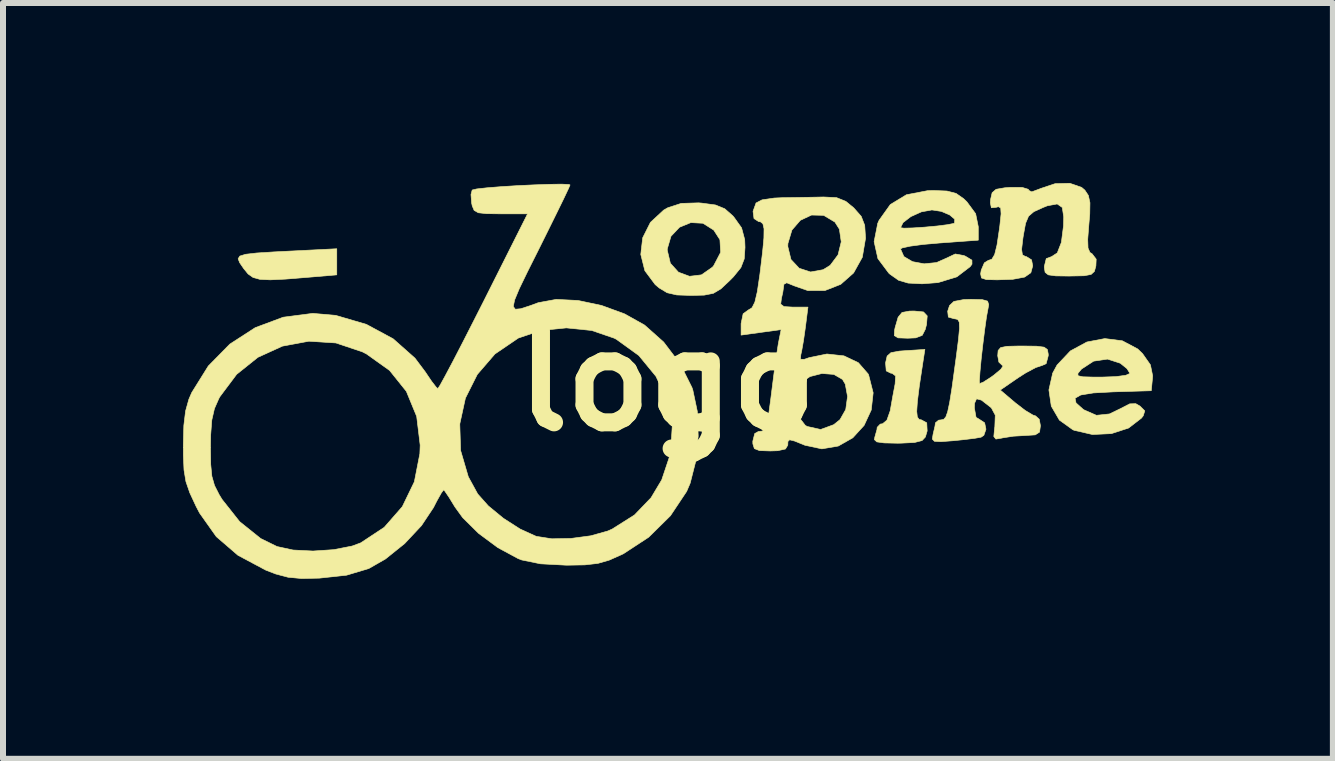
<source format=kicad_pcb>
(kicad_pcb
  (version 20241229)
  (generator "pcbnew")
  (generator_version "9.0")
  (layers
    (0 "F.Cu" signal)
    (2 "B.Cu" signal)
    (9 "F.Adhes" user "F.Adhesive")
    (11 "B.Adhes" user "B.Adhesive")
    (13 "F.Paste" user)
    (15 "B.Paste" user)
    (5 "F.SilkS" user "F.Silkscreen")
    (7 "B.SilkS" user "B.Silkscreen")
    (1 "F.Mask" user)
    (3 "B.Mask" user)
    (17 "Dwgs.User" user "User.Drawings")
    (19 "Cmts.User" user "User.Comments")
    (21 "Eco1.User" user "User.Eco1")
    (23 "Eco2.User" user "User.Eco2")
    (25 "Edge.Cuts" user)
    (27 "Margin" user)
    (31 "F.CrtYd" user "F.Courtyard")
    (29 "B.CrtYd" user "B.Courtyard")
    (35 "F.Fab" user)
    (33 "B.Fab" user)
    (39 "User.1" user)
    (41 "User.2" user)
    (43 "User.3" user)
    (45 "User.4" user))
  (footprint "logo"
    (layer "F.Cu")
    (at 8.071 3.3)
    (property "Reference" "logo" (at 0 0 0) (layer "F.SilkS") (effects (font (size 1.524 1.524) (thickness 0.3))))
    (attr through_hole)
    (fp_poly (pts (xy 4.271 -1.151) (xy 4.333 -1.085) (xy 4.321 -0.94) (xy 4.3 -0.859) (xy 4.25 -0.761) (xy 4.141 -0.719) (xy 4.009 -0.713) (xy 3.847 -0.719) (xy 3.784 -0.756) (xy 3.789 -0.848) (xy 3.798 -0.891) (xy 3.848 -1.063) (xy 3.913 -1.142) (xy 4.036 -1.165) (xy 4.118 -1.166) (xy 4.271 -1.151)) (stroke (width 0.01) (type solid)) (fill yes) (layer "F.SilkS"))
    (fp_poly (pts (xy -5.508 -1.769) (xy -6.003 -1.727) (xy -6.362 -1.698) (xy -6.616 -1.686) (xy -6.789 -1.694) (xy -6.904 -1.726) (xy -6.986 -1.784) (xy -7.058 -1.872) (xy -7.063 -1.879) (xy -7.126 -1.971) (xy -7.152 -2.037) (xy -7.124 -2.082) (xy -7.028 -2.112) (xy -6.846 -2.133) (xy -6.563 -2.151) (xy -6.269 -2.166) (xy -5.508 -2.204) (xy -5.508 -1.769)) (stroke (width 0.01) (type solid)) (fill yes) (layer "F.SilkS"))
    (fp_poly (pts (xy 4.256 -0.279) (xy 4.201 0.085) (xy 4.169 0.341) (xy 4.158 0.506) (xy 4.168 0.6) (xy 4.198 0.641) (xy 4.236 0.648) (xy 4.325 0.697) (xy 4.332 0.833) (xy 4.302 0.934) (xy 4.247 0.993) (xy 4.121 1.025) (xy 3.897 1.036) (xy 3.841 1.037) (xy 3.614 1.032) (xy 3.493 1.015) (xy 3.452 0.977) (xy 3.46 0.934) (xy 3.495 0.811) (xy 3.499 0.772) (xy 3.551 0.718) (xy 3.589 0.713) (xy 3.661 0.653) (xy 3.716 0.497) (xy 3.721 0.47) (xy 3.759 0.254) (xy 3.796 0.059) (xy 3.798 0.049) (xy 3.806 -0.084) (xy 3.747 -0.129) (xy 3.727 -0.13) (xy 3.65 -0.168) (xy 3.639 -0.298) (xy 3.64 -0.308) (xy 3.665 -0.416) (xy 3.728 -0.472) (xy 3.868 -0.498) (xy 3.978 -0.506) (xy 4.294 -0.526) (xy 4.256 -0.279)) (stroke (width 0.01) (type solid)) (fill yes) (layer "F.SilkS"))
    (fp_poly (pts (xy 0.572 -2.965) (xy 0.803 -2.934) (xy 0.958 -2.871) (xy 1.092 -2.753) (xy 1.112 -2.73) (xy 1.239 -2.552) (xy 1.291 -2.356) (xy 1.296 -2.227) (xy 1.283 -2.035) (xy 1.227 -1.89) (xy 1.104 -1.738) (xy 1.044 -1.677) (xy 0.894 -1.536) (xy 0.768 -1.461) (xy 0.615 -1.431) (xy 0.397 -1.426) (xy 0.159 -1.434) (xy -0.002 -1.471) (xy -0.133 -1.55) (xy -0.2 -1.606) (xy -0.373 -1.838) (xy -0.441 -2.109) (xy -0.433 -2.181) (xy 0 -2.181) (xy 0.052 -1.962) (xy 0.187 -1.813) (xy 0.371 -1.745) (xy 0.57 -1.769) (xy 0.752 -1.896) (xy 0.773 -1.92) (xy 0.89 -2.144) (xy 0.878 -2.355) (xy 0.775 -2.515) (xy 0.595 -2.629) (xy 0.393 -2.64) (xy 0.205 -2.563) (xy 0.062 -2.412) (xy 0.000472 -2.202) (xy 0 -2.181) (xy -0.433 -2.181) (xy -0.409 -2.387) (xy -0.28 -2.644) (xy -0.06 -2.848) (xy 0.008 -2.887) (xy 0.232 -2.96) (xy 0.523 -2.969) (xy 0.572 -2.965)) (stroke (width 0.01) (type solid)) (fill yes) (layer "F.SilkS"))
    (fp_poly (pts (xy 7.585 -0.67) (xy 7.841 -0.534) (xy 7.921 -0.457) (xy 8.053 -0.269) (xy 8.09 -0.087) (xy 8.087 -0.043) (xy 8.067 0.162) (xy 7.435 0.181) (xy 7.102 0.199) (xy 6.892 0.233) (xy 6.797 0.287) (xy 6.813 0.365) (xy 6.931 0.471) (xy 6.948 0.482) (xy 7.153 0.572) (xy 7.371 0.549) (xy 7.559 0.458) (xy 7.708 0.381) (xy 7.809 0.378) (xy 7.88 0.419) (xy 7.959 0.498) (xy 7.933 0.58) (xy 7.903 0.619) (xy 7.689 0.784) (xy 7.403 0.877) (xy 7.087 0.892) (xy 6.782 0.822) (xy 6.759 0.812) (xy 6.536 0.652) (xy 6.401 0.42) (xy 6.361 0.149) (xy 6.423 -0.126) (xy 6.844 -0.126) (xy 6.846 -0.088) (xy 6.925 -0.07) (xy 7.1 -0.065) (xy 7.247 -0.065) (xy 7.477 -0.073) (xy 7.641 -0.095) (xy 7.71 -0.125) (xy 7.711 -0.128) (xy 7.662 -0.206) (xy 7.551 -0.296) (xy 7.338 -0.365) (xy 7.107 -0.331) (xy 6.907 -0.201) (xy 6.897 -0.191) (xy 6.844 -0.126) (xy 6.423 -0.126) (xy 6.424 -0.131) (xy 6.497 -0.266) (xy 6.719 -0.501) (xy 6.994 -0.65) (xy 7.293 -0.707) (xy 7.585 -0.67)) (stroke (width 0.01) (type solid)) (fill yes) (layer "F.SilkS"))
    (fp_poly (pts (xy 4.662 -3.166) (xy 4.813 -3.127) (xy 4.938 -3.04) (xy 4.994 -2.986) (xy 5.14 -2.788) (xy 5.184 -2.571) (xy 5.184 -2.347) (xy 4.536 -2.3) (xy 4.264 -2.276) (xy 4.048 -2.247) (xy 3.916 -2.218) (xy 3.888 -2.201) (xy 3.944 -2.074) (xy 4.088 -1.989) (xy 4.282 -1.953) (xy 4.488 -1.974) (xy 4.657 -2.049) (xy 4.8 -2.117) (xy 4.943 -2.091) (xy 4.969 -2.08) (xy 5.078 -2.014) (xy 5.079 -1.947) (xy 5.049 -1.906) (xy 4.827 -1.736) (xy 4.513 -1.64) (xy 4.248 -1.62) (xy 4.015 -1.632) (xy 3.855 -1.679) (xy 3.712 -1.78) (xy 3.692 -1.798) (xy 3.511 -2.04) (xy 3.448 -2.323) (xy 3.494 -2.555) (xy 3.888 -2.555) (xy 3.945 -2.547) (xy 4.092 -2.551) (xy 4.288 -2.564) (xy 4.494 -2.583) (xy 4.669 -2.605) (xy 4.775 -2.626) (xy 4.788 -2.632) (xy 4.792 -2.696) (xy 4.707 -2.768) (xy 4.568 -2.827) (xy 4.411 -2.851) (xy 4.41 -2.851) (xy 4.235 -2.819) (xy 4.06 -2.74) (xy 3.93 -2.64) (xy 3.888 -2.555) (xy 3.494 -2.555) (xy 3.507 -2.625) (xy 3.531 -2.679) (xy 3.718 -2.941) (xy 3.986 -3.104) (xy 4.339 -3.172) (xy 4.435 -3.175) (xy 4.662 -3.166)) (stroke (width 0.01) (type solid)) (fill yes) (layer "F.SilkS"))
    (fp_poly (pts (xy 6.906 -3.227) (xy 6.96 -3.181) (xy 7.019 -3.092) (xy 7.045 -2.971) (xy 7.042 -2.783) (xy 7.027 -2.608) (xy 7.008 -2.362) (xy 7.013 -2.216) (xy 7.045 -2.142) (xy 7.08 -2.121) (xy 7.149 -2.031) (xy 7.144 -1.917) (xy 7.119 -1.826) (xy 7.064 -1.776) (xy 6.948 -1.754) (xy 6.739 -1.75) (xy 6.699 -1.749) (xy 6.475 -1.752) (xy 6.351 -1.769) (xy 6.298 -1.811) (xy 6.285 -1.889) (xy 6.285 -1.911) (xy 6.317 -2.04) (xy 6.406 -2.073) (xy 6.501 -2.135) (xy 6.569 -2.31) (xy 6.604 -2.583) (xy 6.608 -2.734) (xy 6.584 -2.892) (xy 6.499 -2.951) (xy 6.334 -2.92) (xy 6.264 -2.892) (xy 6.11 -2.822) (xy 6.022 -2.747) (xy 5.972 -2.628) (xy 5.935 -2.426) (xy 5.928 -2.381) (xy 5.906 -2.193) (xy 5.92 -2.101) (xy 5.973 -2.074) (xy 5.986 -2.073) (xy 6.072 -2.019) (xy 6.091 -1.919) (xy 6.06 -1.804) (xy 5.957 -1.732) (xy 5.76 -1.695) (xy 5.5 -1.686) (xy 5.319 -1.69) (xy 5.237 -1.717) (xy 5.223 -1.786) (xy 5.233 -1.847) (xy 5.285 -1.969) (xy 5.349 -2.009) (xy 5.41 -2.03) (xy 5.457 -2.108) (xy 5.496 -2.266) (xy 5.535 -2.526) (xy 5.543 -2.585) (xy 5.564 -2.785) (xy 5.558 -2.883) (xy 5.52 -2.905) (xy 5.478 -2.894) (xy 5.402 -2.887) (xy 5.385 -2.969) (xy 5.39 -3.03) (xy 5.415 -3.138) (xy 5.481 -3.195) (xy 5.624 -3.22) (xy 5.718 -3.227) (xy 5.917 -3.226) (xy 6.018 -3.195) (xy 6.026 -3.177) (xy 6.075 -3.152) (xy 6.209 -3.202) (xy 6.217 -3.206) (xy 6.465 -3.289) (xy 6.71 -3.295) (xy 6.906 -3.227)) (stroke (width 0.01) (type solid)) (fill yes) (layer "F.SilkS"))
    (fp_poly (pts (xy 5.251 -1.356) (xy 5.339 -1.331) (xy 5.358 -1.272) (xy 5.348 -1.215) (xy 5.321 -1.07) (xy 5.291 -0.857) (xy 5.26 -0.609) (xy 5.232 -0.362) (xy 5.212 -0.148) (xy 5.202 -0.002) (xy 5.205 0.043) (xy 5.264 0.021) (xy 5.388 -0.058) (xy 5.444 -0.098) (xy 5.56 -0.195) (xy 5.598 -0.252) (xy 5.585 -0.259) (xy 5.527 -0.315) (xy 5.508 -0.421) (xy 5.515 -0.508) (xy 5.557 -0.557) (xy 5.662 -0.578) (xy 5.86 -0.583) (xy 5.929 -0.583) (xy 6.155 -0.58) (xy 6.281 -0.564) (xy 6.336 -0.524) (xy 6.35 -0.448) (xy 6.35 -0.421) (xy 6.315 -0.289) (xy 6.248 -0.259) (xy 6.141 -0.224) (xy 5.973 -0.134) (xy 5.848 -0.054) (xy 5.55 0.151) (xy 5.804 0.366) (xy 5.965 0.49) (xy 6.095 0.568) (xy 6.139 0.582) (xy 6.2 0.638) (xy 6.22 0.745) (xy 6.205 0.852) (xy 6.133 0.898) (xy 5.977 0.908) (xy 5.769 0.92) (xy 5.589 0.948) (xy 5.579 0.951) (xy 5.477 0.968) (xy 5.443 0.925) (xy 5.456 0.79) (xy 5.46 0.761) (xy 5.467 0.569) (xy 5.402 0.448) (xy 5.389 0.437) (xy 5.237 0.319) (xy 5.155 0.297) (xy 5.122 0.371) (xy 5.119 0.45) (xy 5.147 0.606) (xy 5.216 0.648) (xy 5.29 0.697) (xy 5.312 0.804) (xy 5.277 0.905) (xy 5.232 0.936) (xy 5.127 0.955) (xy 4.939 0.978) (xy 4.772 0.995) (xy 4.562 1.011) (xy 4.453 1.005) (xy 4.418 0.968) (xy 4.43 0.892) (xy 4.431 0.887) (xy 4.462 0.754) (xy 4.47 0.697) (xy 4.523 0.653) (xy 4.565 0.648) (xy 4.608 0.639) (xy 4.643 0.599) (xy 4.674 0.512) (xy 4.707 0.357) (xy 4.745 0.119) (xy 4.792 -0.223) (xy 4.817 -0.405) (xy 4.854 -0.694) (xy 4.871 -0.878) (xy 4.867 -0.981) (xy 4.841 -1.026) (xy 4.792 -1.037) (xy 4.783 -1.037) (xy 4.685 -1.065) (xy 4.674 -1.163) (xy 4.705 -1.258) (xy 4.777 -1.326) (xy 4.94 -1.357) (xy 5.062 -1.361) (xy 5.251 -1.356)) (stroke (width 0.01) (type solid)) (fill yes) (layer "F.SilkS"))
    (fp_poly (pts (xy 2.822 -3.056) (xy 2.976 -2.994) (xy 3.108 -2.886) (xy 3.233 -2.744) (xy 3.291 -2.595) (xy 3.305 -2.38) (xy 3.305 -2.379) (xy 3.251 -2.062) (xy 3.106 -1.801) (xy 2.891 -1.611) (xy 2.629 -1.508) (xy 2.343 -1.507) (xy 2.122 -1.584) (xy 1.991 -1.637) (xy 1.944 -1.612) (xy 1.943 -1.6) (xy 1.926 -1.478) (xy 1.903 -1.377) (xy 1.891 -1.281) (xy 1.945 -1.24) (xy 2.097 -1.231) (xy 2.104 -1.231) (xy 2.345 -1.231) (xy 2.302 -0.891) (xy 2.271 -0.674) (xy 2.24 -0.498) (xy 2.226 -0.437) (xy 2.22 -0.363) (xy 2.284 -0.361) (xy 2.365 -0.389) (xy 2.661 -0.45) (xy 2.945 -0.419) (xy 3.185 -0.305) (xy 3.348 -0.118) (xy 3.357 -0.099) (xy 3.432 0.197) (xy 3.4 0.483) (xy 3.281 0.74) (xy 3.092 0.947) (xy 2.851 1.084) (xy 2.577 1.131) (xy 2.295 1.071) (xy 2.123 1.001) (xy 2.039 0.98) (xy 2.011 1.008) (xy 2.009 1.069) (xy 1.971 1.133) (xy 1.841 1.162) (xy 1.717 1.166) (xy 1.537 1.16) (xy 1.452 1.127) (xy 1.427 1.048) (xy 1.426 1.004) (xy 1.458 0.876) (xy 1.519 0.842) (xy 1.582 0.835) (xy 1.627 0.798) (xy 1.661 0.709) (xy 1.692 0.546) (xy 1.713 0.39) (xy 2.14 0.39) (xy 2.187 0.593) (xy 2.301 0.74) (xy 2.333 0.758) (xy 2.557 0.808) (xy 2.775 0.728) (xy 2.88 0.643) (xy 2.975 0.475) (xy 3.005 0.258) (xy 2.967 0.052) (xy 2.921 -0.026) (xy 2.777 -0.11) (xy 2.578 -0.125) (xy 2.379 -0.074) (xy 2.264 0.004) (xy 2.164 0.178) (xy 2.14 0.39) (xy 1.713 0.39) (xy 1.727 0.285) (xy 1.744 0.15) (xy 1.781 -0.141) (xy 1.818 -0.406) (xy 1.848 -0.602) (xy 1.857 -0.652) (xy 1.898 -0.857) (xy 1.565 -0.811) (xy 1.231 -0.765) (xy 1.231 -0.958) (xy 1.265 -1.121) (xy 1.351 -1.183) (xy 1.413 -1.221) (xy 1.46 -1.314) (xy 1.501 -1.487) (xy 1.542 -1.763) (xy 1.546 -1.794) (xy 1.588 -2.144) (xy 1.598 -2.242) (xy 2.009 -2.242) (xy 2.062 -2.025) (xy 2.199 -1.879) (xy 2.389 -1.817) (xy 2.598 -1.855) (xy 2.716 -1.928) (xy 2.847 -2.103) (xy 2.9 -2.32) (xy 2.869 -2.531) (xy 2.794 -2.649) (xy 2.607 -2.761) (xy 2.405 -2.766) (xy 2.219 -2.679) (xy 2.078 -2.516) (xy 2.011 -2.292) (xy 2.009 -2.242) (xy 1.598 -2.242) (xy 1.611 -2.386) (xy 1.613 -2.538) (xy 1.594 -2.621) (xy 1.554 -2.653) (xy 1.523 -2.657) (xy 1.446 -2.707) (xy 1.43 -2.828) (xy 1.48 -2.967) (xy 1.58 -3.019) (xy 1.783 -3.049) (xy 1.917 -3.055) (xy 2.194 -3.059) (xy 2.477 -3.064) (xy 2.605 -3.067) (xy 2.822 -3.056)) (stroke (width 0.01) (type solid)) (fill yes) (layer "F.SilkS"))
    (fp_poly (pts (xy -1.64 -3.275) (xy -1.62 -3.268) (xy -1.648 -3.203) (xy -1.724 -3.042) (xy -1.841 -2.803) (xy -1.988 -2.505) (xy -2.139 -2.201) (xy -2.331 -1.818) (xy -2.466 -1.539) (xy -2.544 -1.351) (xy -2.566 -1.241) (xy -2.532 -1.196) (xy -2.443 -1.204) (xy -2.297 -1.251) (xy -2.15 -1.305) (xy -1.851 -1.36) (xy -1.487 -1.342) (xy -1.095 -1.259) (xy -0.71 -1.118) (xy -0.378 -0.932) (xy -0.06 -0.649) (xy 0.215 -0.286) (xy 0.412 0.109) (xy 0.426 0.15) (xy 0.501 0.506) (xy 0.516 0.918) (xy 0.476 1.334) (xy 0.382 1.703) (xy 0.323 1.841) (xy 0.053 2.246) (xy -0.31 2.604) (xy -0.73 2.879) (xy -0.759 2.893) (xy -0.968 2.986) (xy -1.156 3.04) (xy -1.373 3.065) (xy -1.668 3.07) (xy -1.681 3.07) (xy -2.113 3.047) (xy -2.425 2.983) (xy -2.485 2.96) (xy -2.824 2.777) (xy -3.145 2.539) (xy -3.409 2.278) (xy -3.538 2.1) (xy -3.637 1.938) (xy -3.708 1.834) (xy -3.727 1.814) (xy -3.766 1.867) (xy -3.841 2.001) (xy -3.896 2.109) (xy -4.096 2.41) (xy -4.376 2.709) (xy -4.697 2.967) (xy -4.975 3.126) (xy -5.346 3.237) (xy -5.799 3.286) (xy -6.096 3.292) (xy -6.319 3.271) (xy -6.524 3.217) (xy -6.692 3.152) (xy -7.155 2.905) (xy -7.516 2.594) (xy -7.795 2.2) (xy -7.853 2.089) (xy -7.958 1.863) (xy -8.022 1.677) (xy -8.054 1.484) (xy -8.065 1.235) (xy -8.065 1.107) (xy -7.613 1.107) (xy -7.609 1.39) (xy -7.59 1.587) (xy -7.546 1.741) (xy -7.468 1.895) (xy -7.419 1.975) (xy -7.127 2.344) (xy -6.775 2.626) (xy -6.504 2.759) (xy -6.237 2.817) (xy -5.904 2.834) (xy -5.558 2.811) (xy -5.252 2.751) (xy -5.109 2.698) (xy -4.717 2.439) (xy -4.416 2.095) (xy -4.215 1.68) (xy -4.123 1.211) (xy -4.118 1.069) (xy -4.161 0.716) (xy -3.458 0.716) (xy -3.444 1.159) (xy -3.316 1.596) (xy -3.159 1.883) (xy -2.982 2.082) (xy -2.73 2.289) (xy -2.451 2.468) (xy -2.191 2.586) (xy -2.179 2.59) (xy -1.924 2.63) (xy -1.604 2.624) (xy -1.275 2.58) (xy -0.993 2.501) (xy -0.918 2.468) (xy -0.546 2.233) (xy -0.27 1.946) (xy -0.092 1.648) (xy 0.055 1.209) (xy 0.083 0.761) (xy 0.00022 0.325) (xy -0.188 -0.077) (xy -0.473 -0.424) (xy -0.848 -0.695) (xy -0.885 -0.714) (xy -1.259 -0.842) (xy -1.682 -0.885) (xy -2.106 -0.843) (xy -2.481 -0.716) (xy -2.484 -0.714) (xy -2.872 -0.45) (xy -3.166 -0.109) (xy -3.364 0.286) (xy -3.458 0.716) (xy -4.161 0.716) (xy -4.176 0.591) (xy -4.348 0.173) (xy -4.628 -0.176) (xy -5.012 -0.45) (xy -5.084 -0.487) (xy -5.523 -0.634) (xy -5.973 -0.663) (xy -6.414 -0.581) (xy -6.822 -0.395) (xy -7.176 -0.112) (xy -7.455 0.26) (xy -7.473 0.292) (xy -7.547 0.46) (xy -7.591 0.651) (xy -7.61 0.903) (xy -7.613 1.107) (xy -8.065 1.107) (xy -8.066 1.07) (xy -8.057 0.742) (xy -8.028 0.501) (xy -7.973 0.304) (xy -7.925 0.193) (xy -7.649 -0.25) (xy -7.29 -0.615) (xy -6.867 -0.889) (xy -6.401 -1.063) (xy -5.909 -1.127) (xy -5.527 -1.094) (xy -5.015 -0.944) (xy -4.568 -0.703) (xy -4.205 -0.381) (xy -4.036 -0.156) (xy -3.928 0.004) (xy -3.849 0.106) (xy -3.823 0.126) (xy -3.786 0.07) (xy -3.7 -0.087) (xy -3.572 -0.328) (xy -3.411 -0.639) (xy -3.225 -1.004) (xy -3.059 -1.331) (xy -2.328 -2.786) (xy -2.776 -2.786) (xy -3.012 -2.789) (xy -3.149 -2.804) (xy -3.218 -2.843) (xy -3.25 -2.918) (xy -3.26 -2.964) (xy -3.271 -3.108) (xy -3.251 -3.183) (xy -3.176 -3.201) (xy -3.005 -3.22) (xy -2.768 -3.239) (xy -2.496 -3.256) (xy -2.217 -3.269) (xy -1.962 -3.278) (xy -1.76 -3.281) (xy -1.64 -3.275)) (stroke (width 0.01) (type solid)) (fill yes) (layer "F.SilkS")))
  (gr_rect
    (start -3 -3)
    (end 19.165 9.597)
    (stroke (width 0.1) (type default))
    (fill no)
    (layer "Edge.Cuts")))
</source>
